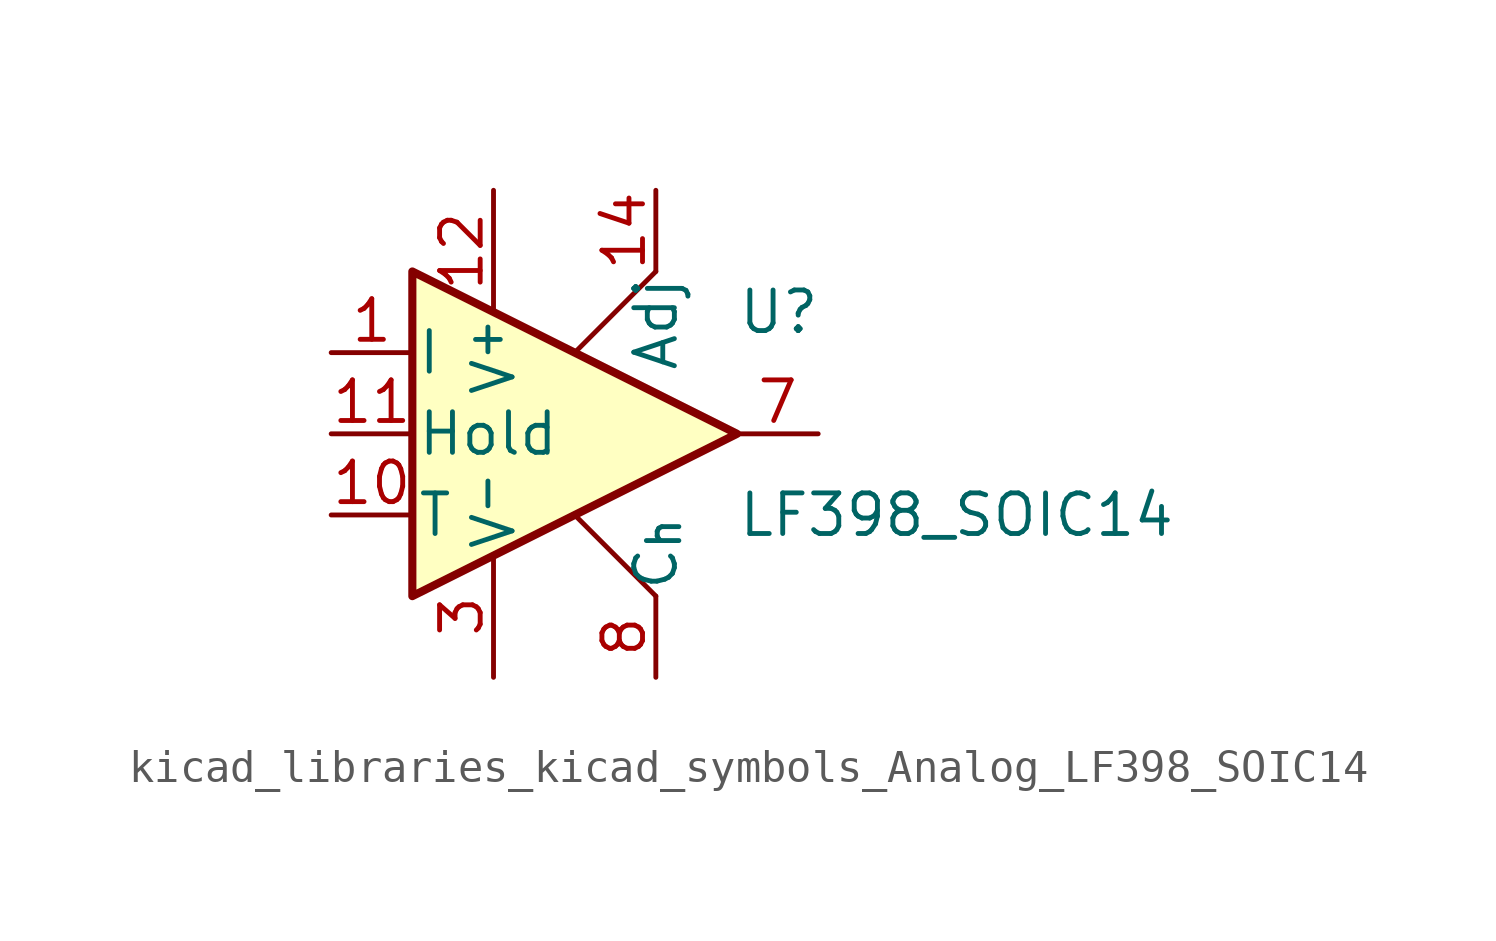
<source format=kicad_sym>
(kicad_symbol_lib
  (version 20220914)
  (generator kicad_symbol_editor)
  (symbol "kicad_libraries_kicad_symbols_Analog_LF398_SOIC14"
    (pin_names
      (offset 0.127))
    (property "Reference" "U"
      (at 5.08 3.81 0)
      (effects (font (size 1.27 1.27)) (justify left)))
    (property "Value" "LF398_SOIC14"
      (at 5.08 -2.54 0)
      (effects (font (size 1.27 1.27)) (justify left)))
    (symbol "kicad_libraries_kicad_symbols_Analog_LF398_SOIC14_0_1"
      (polyline (pts (xy 0 -2.54) (xy 2.54 -5.08)) (stroke (width 0) (type default)) (fill (type none)))
      (polyline (pts (xy 2.54 5.08) (xy 0 2.54)) (stroke (width 0) (type default)) (fill (type none)))
      (polyline (pts (xy -5.08 5.08) (xy 5.08 0) (xy -5.08 -5.08) (xy -5.08 5.08)) (stroke (width 0.254) (type default)) (fill (type background))))
    (symbol "kicad_libraries_kicad_symbols_Analog_LF398_SOIC14_1_1"
      (pin input line (at -7.62 2.54 0) (length 2.54) (name "I" (effects (font (size 1.27 1.27)))) (number "1" (effects (font (size 1.27 1.27)))))
      (pin passive line (at -7.62 -2.54 0) (length 2.54) (name "T" (effects (font (size 1.27 1.27)))) (number "10" (effects (font (size 1.27 1.27)))))
      (pin input line (at -7.62 0 0) (length 2.54) (name "Hold" (effects (font (size 1.27 1.27)))) (number "11" (effects (font (size 1.27 1.27)))))
      (pin passive line (at -2.54 7.62 270) (length 3.81) (name "V^{+}" (effects (font (size 1.27 1.27)))) (number "12" (effects (font (size 1.27 1.27)))))
      (pin no_connect line (at 0 -2.54 90) (length 2.54) hide (name "NC" (effects (font (size 1.27 1.27)))) (number "13" (effects (font (size 1.27 1.27)))))
      (pin passive line (at 2.54 7.62 270) (length 2.54) (name "Adj" (effects (font (size 1.27 1.27)))) (number "14" (effects (font (size 1.27 1.27)))))
      (pin no_connect line (at -5.08 2.54 270) (length 2.54) hide (name "NC" (effects (font (size 1.27 1.27)))) (number "2" (effects (font (size 1.27 1.27)))))
      (pin passive line (at -2.54 -7.62 90) (length 3.81) (name "V^{-}" (effects (font (size 1.27 1.27)))) (number "3" (effects (font (size 1.27 1.27)))))
      (pin no_connect line (at -2.54 2.54 270) (length 2.54) hide (name "NC" (effects (font (size 1.27 1.27)))) (number "4" (effects (font (size 1.27 1.27)))))
      (pin no_connect line (at -5.08 -2.54 90) (length 2.54) hide (name "NC" (effects (font (size 1.27 1.27)))) (number "5" (effects (font (size 1.27 1.27)))))
      (pin no_connect line (at -2.54 -2.54 90) (length 2.54) hide (name "NC" (effects (font (size 1.27 1.27)))) (number "6" (effects (font (size 1.27 1.27)))))
      (pin output line (at 7.62 0 180) (length 2.54) (name "~" (effects (font (size 1.27 1.27)))) (number "7" (effects (font (size 1.27 1.27)))))
      (pin passive line (at 2.54 -7.62 90) (length 2.54) (name "C_{h}" (effects (font (size 1.27 1.27)))) (number "8" (effects (font (size 1.27 1.27)))))
      (pin no_connect line (at 0 2.54 270) (length 2.54) hide (name "NC" (effects (font (size 1.27 1.27)))) (number "9" (effects (font (size 1.27 1.27))))))))
</source>
